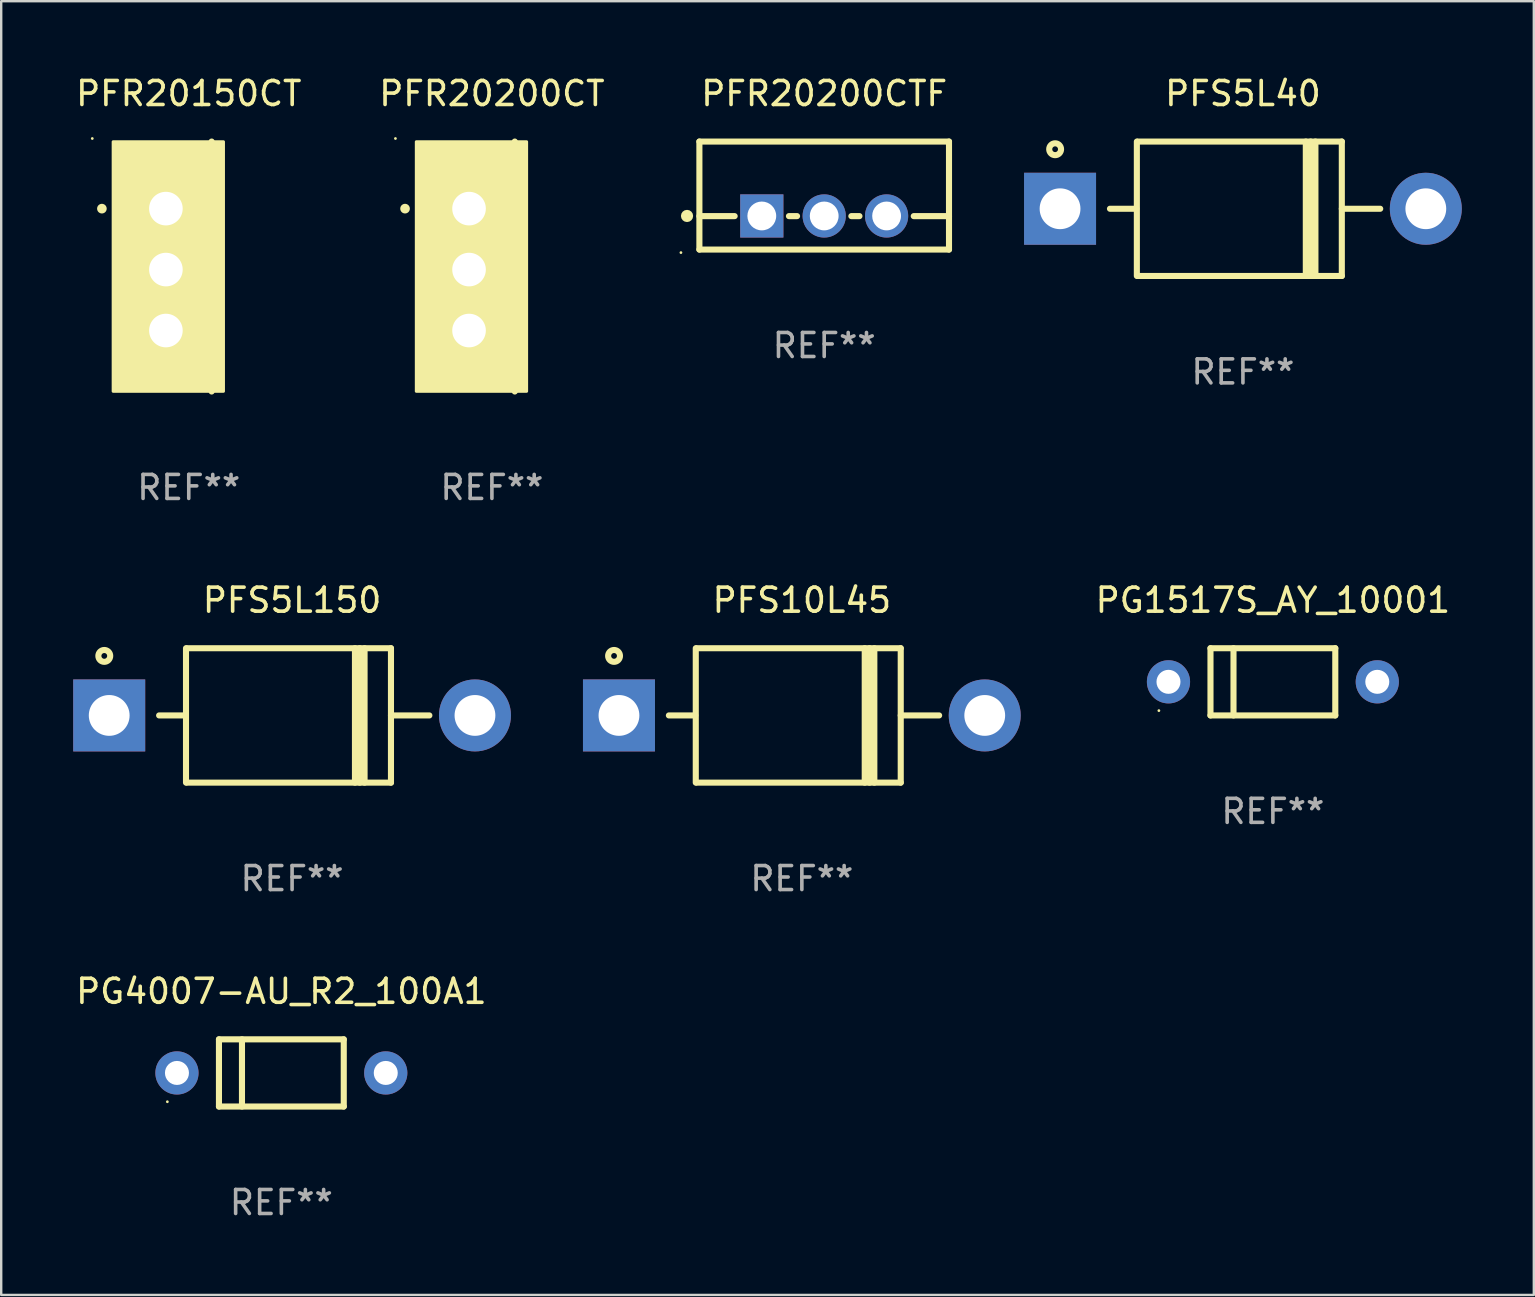
<source format=kicad_pcb>
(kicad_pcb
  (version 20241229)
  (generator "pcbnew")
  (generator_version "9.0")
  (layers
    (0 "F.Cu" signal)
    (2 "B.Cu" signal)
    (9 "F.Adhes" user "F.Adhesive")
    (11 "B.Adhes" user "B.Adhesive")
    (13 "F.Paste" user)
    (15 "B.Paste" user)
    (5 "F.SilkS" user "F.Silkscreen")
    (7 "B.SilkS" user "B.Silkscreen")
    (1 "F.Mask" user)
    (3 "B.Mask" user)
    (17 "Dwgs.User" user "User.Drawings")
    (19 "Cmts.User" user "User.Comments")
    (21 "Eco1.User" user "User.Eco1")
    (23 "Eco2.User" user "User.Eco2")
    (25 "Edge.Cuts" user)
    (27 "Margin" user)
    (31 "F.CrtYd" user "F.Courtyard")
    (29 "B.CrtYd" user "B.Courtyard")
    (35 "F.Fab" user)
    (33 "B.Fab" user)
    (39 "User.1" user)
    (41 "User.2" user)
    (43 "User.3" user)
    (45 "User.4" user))
  (footprint "PG4007-AU_R2_100A1"
    (layer "F.Cu")
    (at 8.673 41.655)
    (property "Reference" "PG4007-AU_R2_100A1" (at 0 -3.4 0) (layer "F.SilkS") (effects (font (size 1 1) (thickness 0.15))))
    (attr through_hole)
    (fp_line (start -2.6 -1.4) (end -2.6 1.4) (stroke (width 0.254) (type solid)) (layer "F.SilkS"))
    (fp_line (start -2.6 -1.4) (end 2.6 -1.4) (stroke (width 0.254) (type solid)) (layer "F.SilkS"))
    (fp_line (start -2.6 1.4) (end 2.6 1.4) (stroke (width 0.254) (type solid)) (layer "F.SilkS"))
    (fp_line (start -1.641 -1.4) (end -1.641 1.4) (stroke (width 0.254) (type solid)) (layer "F.SilkS"))
    (fp_line (start 2.6 -1.4) (end 2.6 1.4) (stroke (width 0.254) (type solid)) (layer "F.SilkS"))
    (fp_circle (center -4.75 1.2) (end -4.72 1.2) (stroke (width 0.06) (type solid)) (fill no) (layer "F.SilkS"))
    (fp_text user "REF**" (at 0 5.4 0) (layer "F.Fab") (effects (font (size 1 1) (thickness 0.15))))
    (pad "1" thru_hole circle (at -4.35 0) (size 1.8 1.8) (drill 1) (layers "*.Cu" "*.Mask"))
    (pad "2" thru_hole circle (at 4.35 0) (size 1.8 1.8) (drill 1) (layers "*.Cu" "*.Mask")))
  (footprint "PFS5L150"
    (layer "F.Cu")
    (at 9.12 26.759)
    (property "Reference" "PFS5L150" (at 0 -4.8 0) (layer "F.SilkS") (effects (font (size 1 1) (thickness 0.15))))
    (attr through_hole)
    (fp_line (start -5.54 0) (end -4.44 0) (stroke (width 0.254) (type solid)) (layer "F.SilkS"))
    (fp_line (start -4.42 2.8) (end -4.42 -2.8) (stroke (width 0.254) (type solid)) (layer "F.SilkS"))
    (fp_line (start -4.38 -2.8) (end 4.12 -2.8) (stroke (width 0.254) (type solid)) (layer "F.SilkS"))
    (fp_line (start 2.62 -2.8) (end 2.62 2.8) (stroke (width 0.254) (type solid)) (layer "F.SilkS"))
    (fp_line (start 2.82 -2.8) (end 2.82 2.8) (stroke (width 0.254) (type solid)) (layer "F.SilkS"))
    (fp_line (start 3.02 -2.8) (end 3.02 2.8) (stroke (width 0.254) (type solid)) (layer "F.SilkS"))
    (fp_line (start 4.12 -2.8) (end 4.12 2.8) (stroke (width 0.254) (type solid)) (layer "F.SilkS"))
    (fp_line (start 4.12 0) (end 5.72 0) (stroke (width 0.254) (type solid)) (layer "F.SilkS"))
    (fp_line (start 4.12 2.8) (end -4.38 2.8) (stroke (width 0.254) (type solid)) (layer "F.SilkS"))
    (fp_circle (center -7.825 -2.48) (end -7.705 -2.48) (stroke (width 0.254) (type solid)) (fill no) (layer "F.SilkS"))
    (fp_text user "REF**" (at 0 6.8 0) (layer "F.Fab") (effects (font (size 1 1) (thickness 0.15))))
    (pad "1" thru_hole rect (at -7.62 0 180) (size 3 3) (drill 1.7) (layers "*.Cu" "*.Mask"))
    (pad "2" thru_hole circle (at 7.62 0) (size 3 3) (drill 1.7) (layers "*.Cu" "*.Mask")))
  (footprint "PFR20200CT"
    (layer "F.Cu")
    (at 17.446 8.055)
    (property "Reference" "PFR20200CT" (at 0 -7.207 0) (layer "F.SilkS") (effects (font (size 1 1) (thickness 0.15))))
    (attr through_hole)
    (fp_line (start 0.953 5.207) (end 0.953 -5.207) (stroke (width 0.254) (type solid)) (layer "F.SilkS"))
    (fp_arc (start -3.619507 -2.410465) (mid -3.619511 -2.411735) (end -3.619507 -2.413005) (stroke (width 0.4) (type solid)) (layer "F.SilkS"))
    (fp_circle (center -4.02 -5.334) (end -3.99 -5.334) (stroke (width 0.06) (type solid)) (fill no) (layer "F.SilkS"))
    (fp_poly (pts (xy -3.152 -5.2) (xy 1.448 -5.2) (xy 1.448 5.2) (xy -3.152 5.2)) (stroke (width 0.12) (type solid)) (fill yes) (layer "F.SilkS"))
    (fp_text user "REF**" (at 0 9.207 0) (layer "F.Fab") (effects (font (size 1 1) (thickness 0.15))))
    (pad "1" thru_hole rect (at -0.953 -2.413 270) (size 2 2.5) (drill 1.4) (layers "*.Cu" "*.Mask"))
    (pad "2" thru_hole oval (at -0.953 0.127 270) (size 2 2.5) (drill 1.4) (layers "*.Cu" "*.Mask"))
    (pad "3" thru_hole oval (at -0.953 2.667 270) (size 2 2.5) (drill 1.4) (layers "*.Cu" "*.Mask")))
  (footprint "PFR20150CT"
    (layer "F.Cu")
    (at 4.815 8.055)
    (property "Reference" "PFR20150CT" (at 0 -7.207 0) (layer "F.SilkS") (effects (font (size 1 1) (thickness 0.15))))
    (attr through_hole)
    (fp_line (start 0.953 5.207) (end 0.953 -5.207) (stroke (width 0.254) (type solid)) (layer "F.SilkS"))
    (fp_arc (start -3.619507 -2.410465) (mid -3.619511 -2.411735) (end -3.619507 -2.413005) (stroke (width 0.4) (type solid)) (layer "F.SilkS"))
    (fp_circle (center -4.02 -5.334) (end -3.99 -5.334) (stroke (width 0.06) (type solid)) (fill no) (layer "F.SilkS"))
    (fp_poly (pts (xy -3.152 -5.2) (xy 1.448 -5.2) (xy 1.448 5.2) (xy -3.152 5.2)) (stroke (width 0.12) (type solid)) (fill yes) (layer "F.SilkS"))
    (fp_text user "REF**" (at 0 9.207 0) (layer "F.Fab") (effects (font (size 1 1) (thickness 0.15))))
    (pad "1" thru_hole rect (at -0.953 -2.413 270) (size 2 2.5) (drill 1.4) (layers "*.Cu" "*.Mask"))
    (pad "2" thru_hole oval (at -0.953 0.127 270) (size 2 2.5) (drill 1.4) (layers "*.Cu" "*.Mask"))
    (pad "3" thru_hole oval (at -0.953 2.667 270) (size 2 2.5) (drill 1.4) (layers "*.Cu" "*.Mask")))
  (footprint "PFR20200CTF"
    (layer "F.Cu")
    (at 31.291 5.098)
    (property "Reference" "PFR20200CTF" (at 0 -4.25 0) (layer "F.SilkS") (effects (font (size 1 1) (thickness 0.15))))
    (attr through_hole)
    (fp_line (start -5.2 -2.25) (end -5.2 2.25) (stroke (width 0.254) (type solid)) (layer "F.SilkS"))
    (fp_line (start -5.2 -2.25) (end 5.2 -2.25) (stroke (width 0.254) (type solid)) (layer "F.SilkS"))
    (fp_line (start -5.2 0.857) (end -3.731 0.857) (stroke (width 0.254) (type solid)) (layer "F.SilkS"))
    (fp_line (start -5.2 2.25) (end 5.2 2.25) (stroke (width 0.254) (type solid)) (layer "F.SilkS"))
    (fp_line (start -1.469 0.857) (end -1.131 0.857) (stroke (width 0.254) (type solid)) (layer "F.SilkS"))
    (fp_line (start 1.131 0.857) (end 1.469 0.857) (stroke (width 0.254) (type solid)) (layer "F.SilkS"))
    (fp_line (start 3.731 0.857) (end 5.2 0.857) (stroke (width 0.254) (type solid)) (layer "F.SilkS"))
    (fp_line (start 5.2 -2.25) (end 5.2 2.25) (stroke (width 0.254) (type solid)) (layer "F.SilkS"))
    (fp_circle (center -5.969 2.377) (end -5.939 2.377) (stroke (width 0.06) (type solid)) (fill no) (layer "F.SilkS"))
    (fp_circle (center -5.715 0.85) (end -5.588 0.85) (stroke (width 0.254) (type solid)) (fill no) (layer "F.SilkS"))
    (fp_text user "REF**" (at 0 6.25 0) (layer "F.Fab") (effects (font (size 1 1) (thickness 0.15))))
    (pad "1" thru_hole rect (at -2.6 0.85) (size 1.8 1.8) (drill 1.2) (layers "*.Cu" "*.Mask"))
    (pad "2" thru_hole circle (at 0 0.85) (size 1.8 1.8) (drill 1.2) (layers "*.Cu" "*.Mask"))
    (pad "3" thru_hole circle (at 2.6 0.85) (size 1.8 1.8) (drill 1.2) (layers "*.Cu" "*.Mask")))
  (footprint "PFS10L45"
    (layer "F.Cu")
    (at 30.36 26.759)
    (property "Reference" "PFS10L45" (at 0 -4.8 0) (layer "F.SilkS") (effects (font (size 1 1) (thickness 0.15))))
    (attr through_hole)
    (fp_line (start -5.54 0) (end -4.44 0) (stroke (width 0.254) (type solid)) (layer "F.SilkS"))
    (fp_line (start -4.42 2.8) (end -4.42 -2.8) (stroke (width 0.254) (type solid)) (layer "F.SilkS"))
    (fp_line (start -4.38 -2.8) (end 4.12 -2.8) (stroke (width 0.254) (type solid)) (layer "F.SilkS"))
    (fp_line (start 2.62 -2.8) (end 2.62 2.8) (stroke (width 0.254) (type solid)) (layer "F.SilkS"))
    (fp_line (start 2.82 -2.8) (end 2.82 2.8) (stroke (width 0.254) (type solid)) (layer "F.SilkS"))
    (fp_line (start 3.02 -2.8) (end 3.02 2.8) (stroke (width 0.254) (type solid)) (layer "F.SilkS"))
    (fp_line (start 4.12 -2.8) (end 4.12 2.8) (stroke (width 0.254) (type solid)) (layer "F.SilkS"))
    (fp_line (start 4.12 0) (end 5.72 0) (stroke (width 0.254) (type solid)) (layer "F.SilkS"))
    (fp_line (start 4.12 2.8) (end -4.38 2.8) (stroke (width 0.254) (type solid)) (layer "F.SilkS"))
    (fp_circle (center -7.825 -2.48) (end -7.705 -2.48) (stroke (width 0.254) (type solid)) (fill no) (layer "F.SilkS"))
    (fp_text user "REF**" (at 0 6.8 0) (layer "F.Fab") (effects (font (size 1 1) (thickness 0.15))))
    (pad "1" thru_hole rect (at -7.62 0 180) (size 3 3) (drill 1.7) (layers "*.Cu" "*.Mask"))
    (pad "2" thru_hole circle (at 7.62 0) (size 3 3) (drill 1.7) (layers "*.Cu" "*.Mask")))
  (footprint "PG1517S_AY_10001"
    (layer "F.Cu")
    (at 49.986 25.359)
    (property "Reference" "PG1517S_AY_10001" (at 0 -3.4 0) (layer "F.SilkS") (effects (font (size 1 1) (thickness 0.15))))
    (attr through_hole)
    (fp_line (start -2.6 -1.4) (end -2.6 1.4) (stroke (width 0.254) (type solid)) (layer "F.SilkS"))
    (fp_line (start -2.6 -1.4) (end 2.6 -1.4) (stroke (width 0.254) (type solid)) (layer "F.SilkS"))
    (fp_line (start -2.6 1.4) (end 2.6 1.4) (stroke (width 0.254) (type solid)) (layer "F.SilkS"))
    (fp_line (start -1.641 -1.4) (end -1.641 1.4) (stroke (width 0.254) (type solid)) (layer "F.SilkS"))
    (fp_line (start 2.6 -1.4) (end 2.6 1.4) (stroke (width 0.254) (type solid)) (layer "F.SilkS"))
    (fp_circle (center -4.75 1.2) (end -4.72 1.2) (stroke (width 0.06) (type solid)) (fill no) (layer "F.SilkS"))
    (fp_text user "REF**" (at 0 5.4 0) (layer "F.Fab") (effects (font (size 1 1) (thickness 0.15))))
    (pad "1" thru_hole circle (at -4.35 0) (size 1.8 1.8) (drill 1) (layers "*.Cu" "*.Mask"))
    (pad "2" thru_hole circle (at 4.35 0) (size 1.8 1.8) (drill 1) (layers "*.Cu" "*.Mask")))
  (footprint "PFS5L40"
    (layer "F.Cu")
    (at 48.738 5.648)
    (property "Reference" "PFS5L40" (at 0 -4.8 0) (layer "F.SilkS") (effects (font (size 1 1) (thickness 0.15))))
    (attr through_hole)
    (fp_line (start -5.54 0) (end -4.44 0) (stroke (width 0.254) (type solid)) (layer "F.SilkS"))
    (fp_line (start -4.42 2.8) (end -4.42 -2.8) (stroke (width 0.254) (type solid)) (layer "F.SilkS"))
    (fp_line (start -4.38 -2.8) (end 4.12 -2.8) (stroke (width 0.254) (type solid)) (layer "F.SilkS"))
    (fp_line (start 2.62 -2.8) (end 2.62 2.8) (stroke (width 0.254) (type solid)) (layer "F.SilkS"))
    (fp_line (start 2.82 -2.8) (end 2.82 2.8) (stroke (width 0.254) (type solid)) (layer "F.SilkS"))
    (fp_line (start 3.02 -2.8) (end 3.02 2.8) (stroke (width 0.254) (type solid)) (layer "F.SilkS"))
    (fp_line (start 4.12 -2.8) (end 4.12 2.8) (stroke (width 0.254) (type solid)) (layer "F.SilkS"))
    (fp_line (start 4.12 0) (end 5.72 0) (stroke (width 0.254) (type solid)) (layer "F.SilkS"))
    (fp_line (start 4.12 2.8) (end -4.38 2.8) (stroke (width 0.254) (type solid)) (layer "F.SilkS"))
    (fp_circle (center -7.825 -2.48) (end -7.705 -2.48) (stroke (width 0.254) (type solid)) (fill no) (layer "F.SilkS"))
    (fp_text user "REF**" (at 0 6.8 0) (layer "F.Fab") (effects (font (size 1 1) (thickness 0.15))))
    (pad "1" thru_hole rect (at -7.62 0 180) (size 3 3) (drill 1.7) (layers "*.Cu" "*.Mask"))
    (pad "2" thru_hole circle (at 7.62 0) (size 3 3) (drill 1.7) (layers "*.Cu" "*.Mask")))
  (gr_rect
    (start -3 -3)
    (end 60.858 50.904)
    (stroke (width 0.1) (type default))
    (fill no)
    (layer "Edge.Cuts")))
</source>
